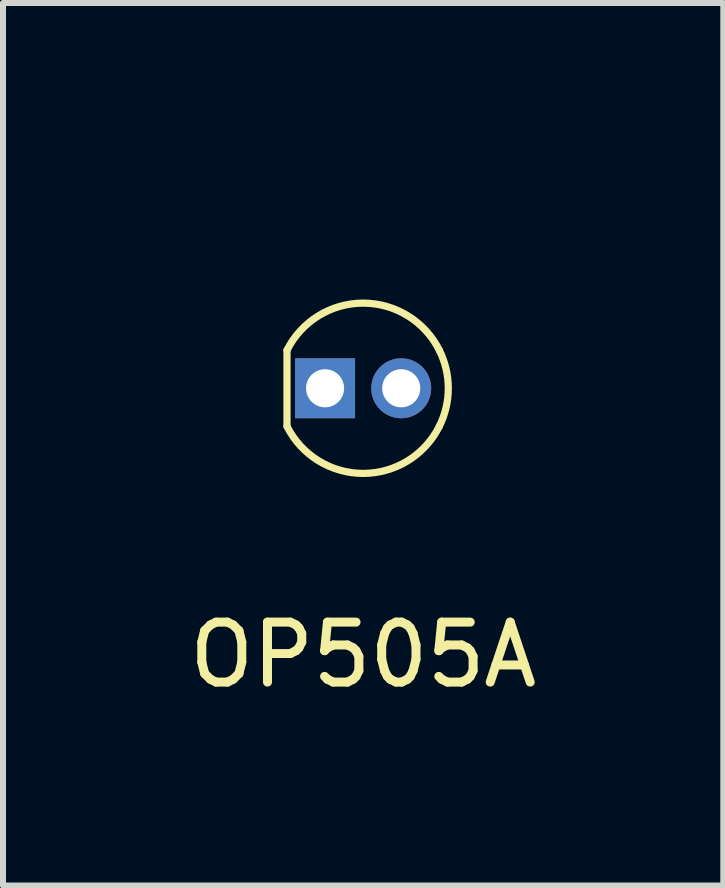
<source format=kicad_pcb>
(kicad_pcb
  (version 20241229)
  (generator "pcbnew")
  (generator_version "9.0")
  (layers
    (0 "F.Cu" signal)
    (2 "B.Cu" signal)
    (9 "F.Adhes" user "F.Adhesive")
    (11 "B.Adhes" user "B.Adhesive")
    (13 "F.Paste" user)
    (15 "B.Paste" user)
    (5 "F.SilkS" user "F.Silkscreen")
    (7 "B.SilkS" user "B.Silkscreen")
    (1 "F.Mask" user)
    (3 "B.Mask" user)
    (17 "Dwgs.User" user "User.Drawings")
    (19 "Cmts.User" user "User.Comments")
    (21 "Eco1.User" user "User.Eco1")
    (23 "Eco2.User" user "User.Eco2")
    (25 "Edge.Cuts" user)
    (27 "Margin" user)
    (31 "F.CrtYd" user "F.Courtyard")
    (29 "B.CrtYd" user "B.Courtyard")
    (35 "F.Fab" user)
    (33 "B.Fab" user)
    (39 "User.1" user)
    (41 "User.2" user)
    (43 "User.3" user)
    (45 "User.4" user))
  (footprint "OP505A"
    (layer "F.Cu")
    (at 3.006 0.25)
    (property "Reference" "OP505A" (at 0 7.62 0) (layer "F.SilkS") (effects (font (size 1 1) (thickness 0.15))))
    (attr through_hole)
    (fp_line (start -1.27 2.54) (end -1.27 3.81) (stroke (width 0.12) (type solid)) (layer "F.SilkS"))
    (fp_arc (start -1.269999 2.54) (mid 0 1.755098) (end 1.269999 2.540001) (stroke (width 0.12) (type solid)) (layer "F.SilkS"))
    (fp_arc (start 1.269998 2.540001) (mid 1.419901 3.175) (end 1.269998 3.809999) (stroke (width 0.12) (type solid)) (layer "F.SilkS"))
    (fp_arc (start 1.269999 3.81) (mid 0 4.594902) (end -1.269999 3.809999) (stroke (width 0.12) (type solid)) (layer "F.SilkS"))
    (pad "1" thru_hole rect (at -0.635 3.175) (size 1 1) (drill 0.635) (layers "*.Cu" "*.Mask"))
    (pad "2" thru_hole circle (at 0.635 3.175) (size 1 1) (drill 0.635) (layers "*.Cu" "*.Mask")))
  (gr_rect
    (start -3 -3)
    (end 9.012 11.718)
    (stroke (width 0.1) (type default))
    (fill no)
    (layer "Edge.Cuts")))
</source>
